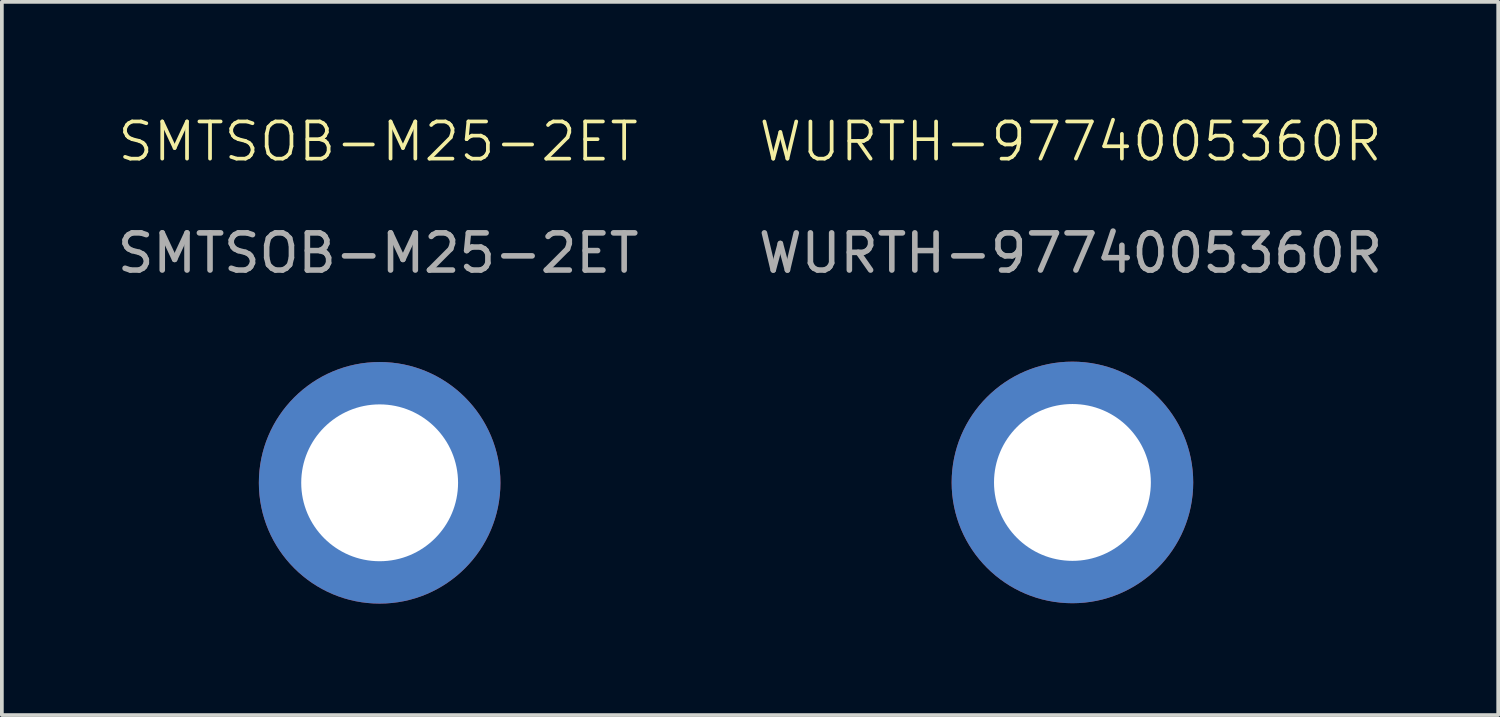
<source format=kicad_pcb>
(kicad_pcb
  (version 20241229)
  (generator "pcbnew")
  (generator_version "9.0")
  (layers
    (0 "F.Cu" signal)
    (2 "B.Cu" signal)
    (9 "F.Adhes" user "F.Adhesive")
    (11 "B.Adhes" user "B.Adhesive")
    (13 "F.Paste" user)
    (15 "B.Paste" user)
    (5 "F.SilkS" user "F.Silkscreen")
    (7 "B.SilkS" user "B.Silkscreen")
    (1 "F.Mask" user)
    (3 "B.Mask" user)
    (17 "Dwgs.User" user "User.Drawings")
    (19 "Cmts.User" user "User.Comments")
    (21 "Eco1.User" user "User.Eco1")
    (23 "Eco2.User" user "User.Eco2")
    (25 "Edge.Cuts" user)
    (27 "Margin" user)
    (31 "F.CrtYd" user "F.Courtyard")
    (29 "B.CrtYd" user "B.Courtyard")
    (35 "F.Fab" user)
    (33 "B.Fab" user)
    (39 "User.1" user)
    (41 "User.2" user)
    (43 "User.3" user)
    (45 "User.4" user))
  (footprint "SMTSOB-M25-2ET"
    (layer "F.Cu")
    (at 7.175 9.931)
    (property "Reference" "SMTSOB-M25-2ET" (at -0.05 -9.17 0) (unlocked yes) (layer "F.SilkS") (effects (font (size 1 1) (thickness 0.1))))
    (fp_line (start -2.61 0.01) (end 2.59 0.01) (stroke (width 0.1) (type default)) (layer "User.1"))
    (fp_line (start -0.01 2.61) (end -0.01 -2.59) (stroke (width 0.1) (type default)) (layer "User.1"))
    (fp_text user "${REFERENCE}" (at -0.05 -6.17 0) (unlocked yes) (layer "F.Fab") (effects (font (size 1 1) (thickness 0.15))))
    (pad "1" thru_hole circle (at -0.01 0.01) (size 6.5 6.5) (drill 4.22) (layers "*.Cu" "*.Mask")))
  (footprint "WURTH-9774005360R"
    (layer "F.Cu")
    (at 25.806 9.931)
    (property "Reference" "WURTH-9774005360R" (at -0.05 -9.17 0) (unlocked yes) (layer "F.SilkS") (effects (font (size 1 1) (thickness 0.1))))
    (fp_line (start -2.61 0.01) (end 2.59 0.01) (stroke (width 0.1) (type default)) (layer "User.1"))
    (fp_line (start -0.01 2.61) (end -0.01 -2.59) (stroke (width 0.1) (type default)) (layer "User.1"))
    (fp_text user "${REFERENCE}" (at -0.05 -6.17 0) (unlocked yes) (layer "F.Fab") (effects (font (size 1 1) (thickness 0.15))))
    (pad "1" thru_hole circle (at 0 0) (size 6.5 6.5) (drill 4.22) (layers "*.Cu" "*.Mask")))
  (gr_rect
    (start -3 -3)
    (end 37.262 16.191)
    (stroke (width 0.1) (type default))
    (fill no)
    (layer "Edge.Cuts")))
</source>
